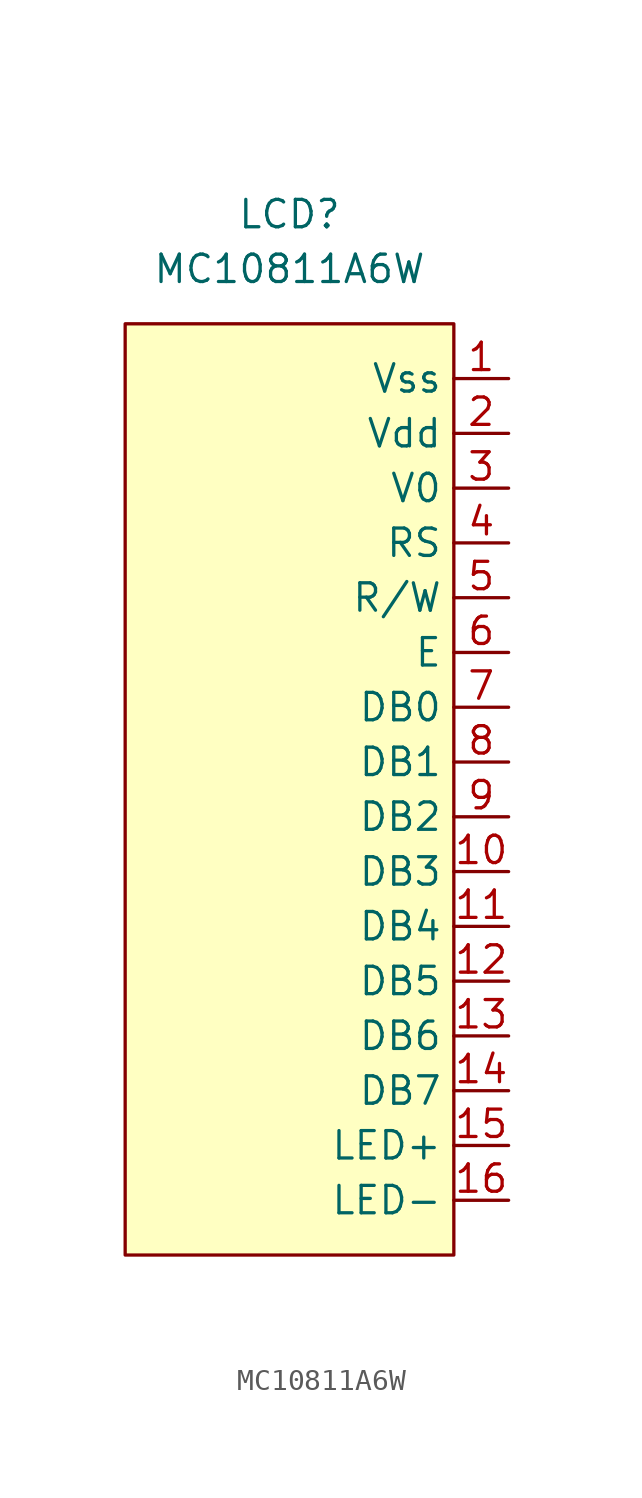
<source format=kicad_sym>
(kicad_symbol_lib
  (version 20220914)
  (generator kicad_symbol_editor)
  (symbol "MC10811A6W"
    (property "Reference" "LCD"
      (at 0 5.08 0)
      (effects (font (size 1.27 1.27))))
    (property "Value" "MC10811A6W"
      (at 0 2.54 0)
      (effects (font (size 1.27 1.27))))
    (symbol "MC10811A6W_1_1"
      (rectangle (start -7.62 0) (end 7.62 -43.18) (stroke (width 0) (type default)) (fill (type background)))
      (pin input line (at 10.16 -2.54 180) (length 2.54) (name "Vss" (effects (font (size 1.27 1.27)))) (number "1" (effects (font (size 1.27 1.27)))))
      (pin input line (at 10.16 -25.4 180) (length 2.54) (name "DB3" (effects (font (size 1.27 1.27)))) (number "10" (effects (font (size 1.27 1.27)))))
      (pin input line (at 10.16 -27.94 180) (length 2.54) (name "DB4" (effects (font (size 1.27 1.27)))) (number "11" (effects (font (size 1.27 1.27)))))
      (pin input line (at 10.16 -30.48 180) (length 2.54) (name "DB5" (effects (font (size 1.27 1.27)))) (number "12" (effects (font (size 1.27 1.27)))))
      (pin input line (at 10.16 -33.02 180) (length 2.54) (name "DB6" (effects (font (size 1.27 1.27)))) (number "13" (effects (font (size 1.27 1.27)))))
      (pin input line (at 10.16 -35.56 180) (length 2.54) (name "DB7" (effects (font (size 1.27 1.27)))) (number "14" (effects (font (size 1.27 1.27)))))
      (pin input line (at 10.16 -38.1 180) (length 2.54) (name "LED+" (effects (font (size 1.27 1.27)))) (number "15" (effects (font (size 1.27 1.27)))))
      (pin input line (at 10.16 -40.64 180) (length 2.54) (name "LED-" (effects (font (size 1.27 1.27)))) (number "16" (effects (font (size 1.27 1.27)))))
      (pin input line (at 10.16 -5.08 180) (length 2.54) (name "Vdd" (effects (font (size 1.27 1.27)))) (number "2" (effects (font (size 1.27 1.27)))))
      (pin input line (at 10.16 -7.62 180) (length 2.54) (name "V0" (effects (font (size 1.27 1.27)))) (number "3" (effects (font (size 1.27 1.27)))))
      (pin input line (at 10.16 -10.16 180) (length 2.54) (name "RS" (effects (font (size 1.27 1.27)))) (number "4" (effects (font (size 1.27 1.27)))))
      (pin input line (at 10.16 -12.7 180) (length 2.54) (name "R/W" (effects (font (size 1.27 1.27)))) (number "5" (effects (font (size 1.27 1.27)))))
      (pin input line (at 10.16 -15.24 180) (length 2.54) (name "E" (effects (font (size 1.27 1.27)))) (number "6" (effects (font (size 1.27 1.27)))))
      (pin input line (at 10.16 -17.78 180) (length 2.54) (name "DB0" (effects (font (size 1.27 1.27)))) (number "7" (effects (font (size 1.27 1.27)))))
      (pin input line (at 10.16 -20.32 180) (length 2.54) (name "DB1" (effects (font (size 1.27 1.27)))) (number "8" (effects (font (size 1.27 1.27)))))
      (pin input line (at 10.16 -22.86 180) (length 2.54) (name "DB2" (effects (font (size 1.27 1.27)))) (number "9" (effects (font (size 1.27 1.27))))))))
</source>
